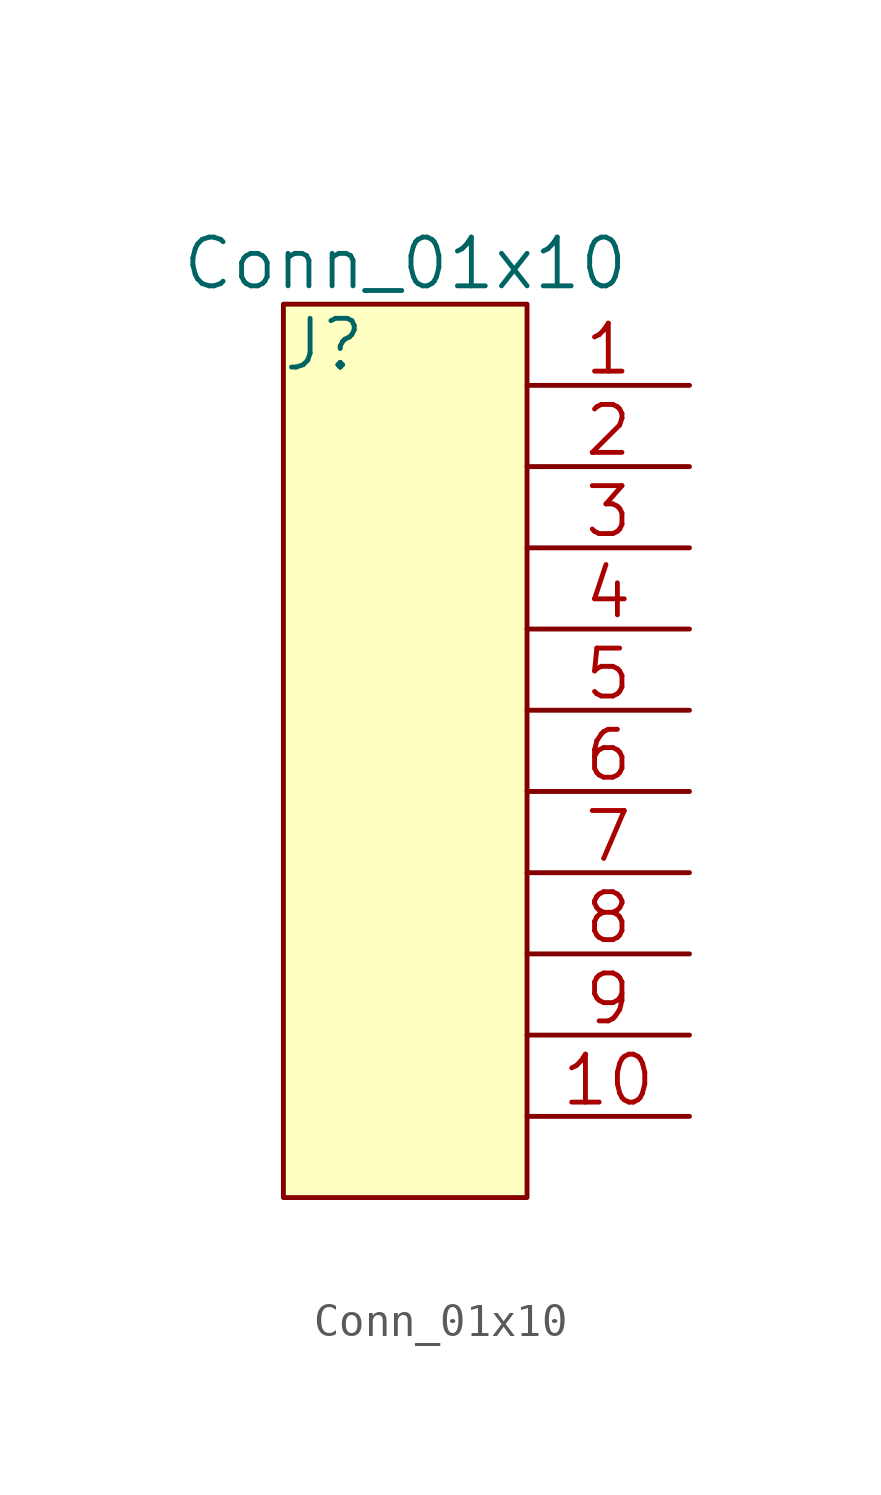
<source format=kicad_sym>
(kicad_symbol_lib
  (version 20211014)
  (generator kicad_symbol_editor)
  (symbol "Conn_01x10"
    (pin_names
      (offset 0.254))
    (property "Reference" "J"
      (at -6.35 2.54 0)
      (effects (font (size 1.524 1.524))))
    (property "Value" "Conn_01x10"
      (at -3.81 5.08 0)
      (effects (font (size 1.524 1.524))))
    (symbol "Conn_01x10_0_1"
      (rectangle (start -7.62 3.81) (end 0 -24.13) (stroke (width 0) (type default) (color 0 0 0 0)) (fill (type background))))
    (symbol "Conn_01x10_1_1"
      (pin unspecified line (at 5.08 1.27 180) (length 5.08) (name "~" (effects (font (size 1.499 1.499)))) (number "1" (effects (font (size 1.499 1.499)))))
      (pin unspecified line (at 5.08 -21.59 180) (length 5.08) (name "~" (effects (font (size 1.499 1.499)))) (number "10" (effects (font (size 1.499 1.499)))))
      (pin unspecified line (at 5.08 -1.27 180) (length 5.08) (name "~" (effects (font (size 1.499 1.499)))) (number "2" (effects (font (size 1.499 1.499)))))
      (pin unspecified line (at 5.08 -3.81 180) (length 5.08) (name "~" (effects (font (size 1.499 1.499)))) (number "3" (effects (font (size 1.499 1.499)))))
      (pin unspecified line (at 5.08 -6.35 180) (length 5.08) (name "~" (effects (font (size 1.499 1.499)))) (number "4" (effects (font (size 1.499 1.499)))))
      (pin unspecified line (at 5.08 -8.89 180) (length 5.08) (name "~" (effects (font (size 1.499 1.499)))) (number "5" (effects (font (size 1.499 1.499)))))
      (pin unspecified line (at 5.08 -11.43 180) (length 5.08) (name "~" (effects (font (size 1.499 1.499)))) (number "6" (effects (font (size 1.499 1.499)))))
      (pin unspecified line (at 5.08 -13.97 180) (length 5.08) (name "~" (effects (font (size 1.499 1.499)))) (number "7" (effects (font (size 1.499 1.499)))))
      (pin unspecified line (at 5.08 -16.51 180) (length 5.08) (name "~" (effects (font (size 1.499 1.499)))) (number "8" (effects (font (size 1.499 1.499)))))
      (pin unspecified line (at 5.08 -19.05 180) (length 5.08) (name "~" (effects (font (size 1.499 1.499)))) (number "9" (effects (font (size 1.499 1.499))))))))
</source>
